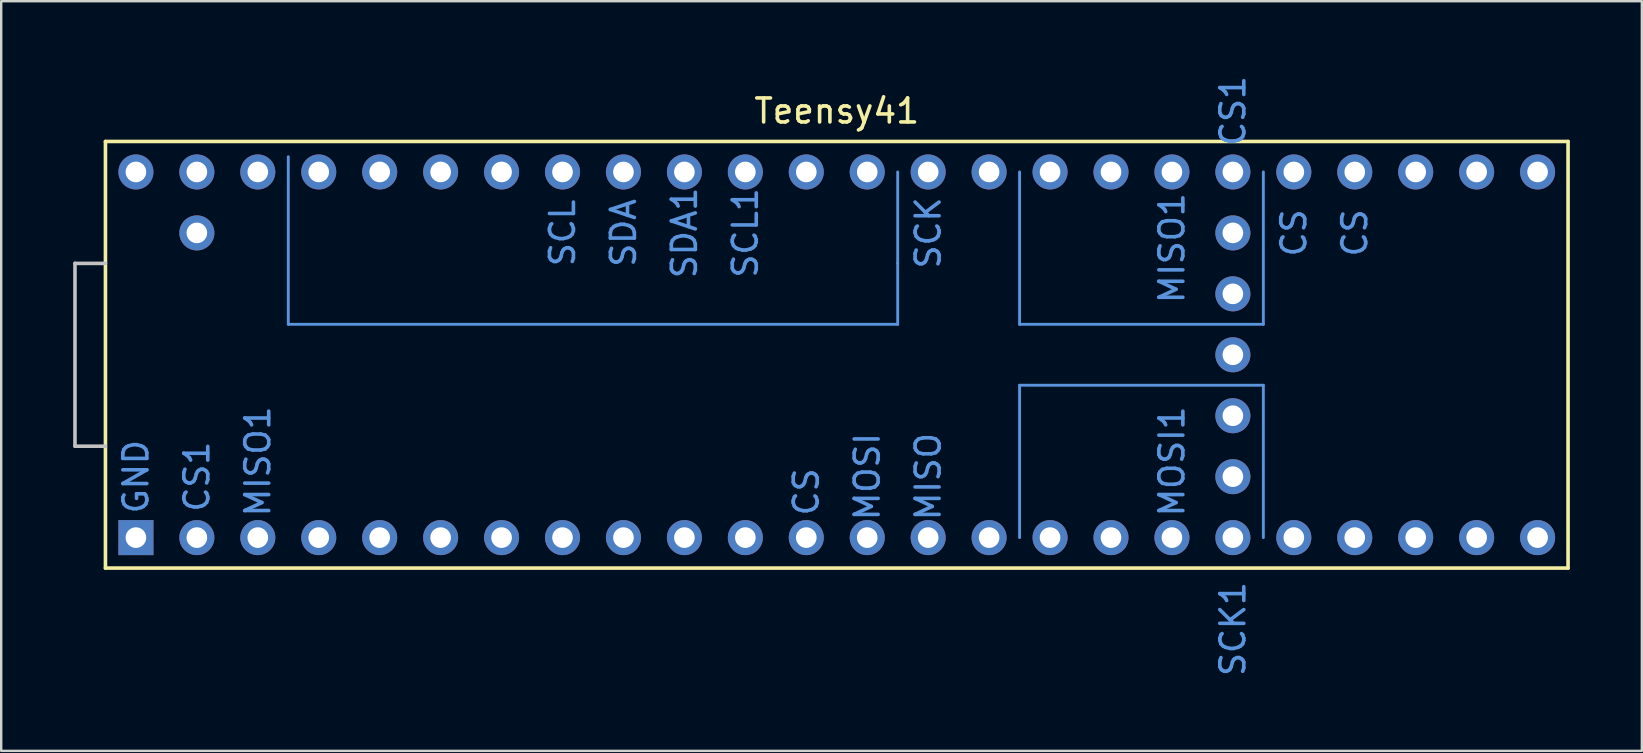
<source format=kicad_pcb>
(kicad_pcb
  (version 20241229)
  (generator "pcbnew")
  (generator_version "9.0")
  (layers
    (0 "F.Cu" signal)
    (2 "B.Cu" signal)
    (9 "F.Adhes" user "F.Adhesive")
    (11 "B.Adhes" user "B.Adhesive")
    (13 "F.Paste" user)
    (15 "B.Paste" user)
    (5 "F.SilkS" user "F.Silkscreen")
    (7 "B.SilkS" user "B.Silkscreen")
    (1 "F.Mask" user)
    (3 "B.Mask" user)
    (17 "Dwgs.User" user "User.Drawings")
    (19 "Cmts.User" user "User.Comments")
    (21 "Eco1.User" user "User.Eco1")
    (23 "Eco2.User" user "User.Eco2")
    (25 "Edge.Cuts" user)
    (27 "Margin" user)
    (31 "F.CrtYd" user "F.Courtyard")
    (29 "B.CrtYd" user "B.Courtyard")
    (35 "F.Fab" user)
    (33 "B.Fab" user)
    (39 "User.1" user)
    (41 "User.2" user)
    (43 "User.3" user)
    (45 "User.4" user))
  (footprint "Teensy41"
    (layer "F.Cu")
    (at 31.825 11.737)
    (property "Reference" "Teensy41" (at 0 -10.16 0) (layer "F.SilkS") (effects (font (size 1 1) (thickness 0.15))))
    (attr through_hole)
    (fp_line (start -30.48 -8.89) (end 30.48 -8.89) (stroke (width 0.15) (type solid)) (layer "F.SilkS"))
    (fp_line (start -30.48 8.89) (end -30.48 -8.89) (stroke (width 0.15) (type solid)) (layer "F.SilkS"))
    (fp_line (start 30.48 -8.89) (end 30.48 8.89) (stroke (width 0.15) (type solid)) (layer "F.SilkS"))
    (fp_line (start 30.48 8.89) (end -30.48 8.89) (stroke (width 0.15) (type solid)) (layer "F.SilkS"))
    (fp_line (start -31.75 -3.81) (end -30.48 -3.81) (stroke (width 0.15) (type solid)) (layer "Dwgs.User"))
    (fp_line (start -31.75 3.81) (end -31.75 -3.81) (stroke (width 0.15) (type solid)) (layer "Dwgs.User"))
    (fp_line (start -30.48 3.81) (end -31.75 3.81) (stroke (width 0.15) (type solid)) (layer "Dwgs.User"))
    (fp_line (start -22.86 -1.27) (end -22.86 -8.255) (stroke (width 0.12) (type solid)) (layer "Cmts.User"))
    (fp_line (start 2.54 -7.62) (end 2.54 -3.81) (stroke (width 0.12) (type solid)) (layer "Cmts.User"))
    (fp_line (start 2.54 -3.81) (end 2.54 -1.27) (stroke (width 0.12) (type solid)) (layer "Cmts.User"))
    (fp_line (start 2.54 -1.27) (end -22.86 -1.27) (stroke (width 0.12) (type solid)) (layer "Cmts.User"))
    (fp_line (start 7.62 -7.62) (end 7.62 -1.27) (stroke (width 0.12) (type solid)) (layer "Cmts.User"))
    (fp_line (start 7.62 -1.27) (end 17.78 -1.27) (stroke (width 0.12) (type solid)) (layer "Cmts.User"))
    (fp_line (start 7.62 1.27) (end 17.78 1.27) (stroke (width 0.12) (type solid)) (layer "Cmts.User"))
    (fp_line (start 7.62 7.62) (end 7.62 1.27) (stroke (width 0.12) (type solid)) (layer "Cmts.User"))
    (fp_line (start 17.78 -1.27) (end 17.78 -7.62) (stroke (width 0.12) (type solid)) (layer "Cmts.User"))
    (fp_line (start 17.78 1.27) (end 17.78 7.62) (stroke (width 0.12) (type solid)) (layer "Cmts.User"))
    (fp_text user "CS1" (at 16.51 -10.16 90) (layer "Cmts.User") (effects (font (size 1 1) (thickness 0.15))))
    (fp_text user "SDA1" (at -6.35 -5.08 90) (layer "Cmts.User") (effects (font (size 1 1) (thickness 0.15))))
    (fp_text user "GND" (at -29.21 5.08 90) (layer "Cmts.User") (effects (font (size 1 1) (thickness 0.15))))
    (fp_text user "SCL" (at -11.43 -5.08 90) (layer "Cmts.User") (effects (font (size 1 1) (thickness 0.15))))
    (fp_text user "MISO1" (at -24.13 4.445 90) (layer "Cmts.User") (effects (font (size 1 1) (thickness 0.15))))
    (fp_text user "MOSI1" (at 13.97 4.445 90) (layer "Cmts.User") (effects (font (size 1 1) (thickness 0.15))))
    (fp_text user "CS1" (at -26.67 5.08 90) (layer "Cmts.User") (effects (font (size 1 1) (thickness 0.15))))
    (fp_text user "SDA" (at -8.89 -5.08 90) (layer "Cmts.User") (effects (font (size 1 1) (thickness 0.15))))
    (fp_text user "SCK" (at 3.81 -5.08 90) (layer "Cmts.User") (effects (font (size 1 1) (thickness 0.15))))
    (fp_text user "CS" (at 21.59 -5.08 90) (layer "Cmts.User") (effects (font (size 1 1) (thickness 0.15))))
    (fp_text user "SCL1" (at -3.81 -5.08 90) (layer "Cmts.User") (effects (font (size 1 1) (thickness 0.15))))
    (fp_text user "MOSI" (at 1.27 5.08 90) (layer "Cmts.User") (effects (font (size 1 1) (thickness 0.15))))
    (fp_text user "SCK1" (at 16.51 11.43 90) (layer "Cmts.User") (effects (font (size 1 1) (thickness 0.15))))
    (fp_text user "MISO" (at 3.81 5.08 90) (layer "Cmts.User") (effects (font (size 1 1) (thickness 0.15))))
    (fp_text user "MISO1" (at 13.97 -4.445 90) (layer "Cmts.User") (effects (font (size 1 1) (thickness 0.15))))
    (fp_text user "CS" (at 19.05 -5.08 90) (layer "Cmts.User") (effects (font (size 1 1) (thickness 0.15))))
    (fp_text user "CS" (at -1.27 5.715 90) (layer "Cmts.User") (effects (font (size 1 1) (thickness 0.15))))
    (pad "1" thru_hole rect (at -29.21 7.62) (size 1.46 1.46) (drill 0.86) (layers "*.Cu" "*.Mask"))
    (pad "2" thru_hole circle (at -26.67 7.62) (size 1.46 1.46) (drill 0.86) (layers "*.Cu" "*.Mask"))
    (pad "3" thru_hole circle (at -24.13 7.62) (size 1.46 1.46) (drill 0.86) (layers "*.Cu" "*.Mask"))
    (pad "4" thru_hole circle (at -21.59 7.62) (size 1.46 1.46) (drill 0.86) (layers "*.Cu" "*.Mask"))
    (pad "5" thru_hole circle (at -19.05 7.62) (size 1.46 1.46) (drill 0.86) (layers "*.Cu" "*.Mask"))
    (pad "6" thru_hole circle (at -16.51 7.62) (size 1.46 1.46) (drill 0.86) (layers "*.Cu" "*.Mask"))
    (pad "7" thru_hole circle (at -13.97 7.62) (size 1.46 1.46) (drill 0.86) (layers "*.Cu" "*.Mask"))
    (pad "8" thru_hole circle (at -11.43 7.62) (size 1.46 1.46) (drill 0.86) (layers "*.Cu" "*.Mask"))
    (pad "9" thru_hole circle (at -8.89 7.62) (size 1.46 1.46) (drill 0.86) (layers "*.Cu" "*.Mask"))
    (pad "10" thru_hole circle (at -6.35 7.62) (size 1.46 1.46) (drill 0.86) (layers "*.Cu" "*.Mask"))
    (pad "11" thru_hole circle (at -3.81 7.62) (size 1.46 1.46) (drill 0.86) (layers "*.Cu" "*.Mask"))
    (pad "12" thru_hole circle (at -1.27 7.62) (size 1.46 1.46) (drill 0.86) (layers "*.Cu" "*.Mask"))
    (pad "13" thru_hole circle (at 1.27 7.62) (size 1.46 1.46) (drill 0.86) (layers "*.Cu" "*.Mask"))
    (pad "14" thru_hole circle (at 3.81 7.62) (size 1.46 1.46) (drill 0.86) (layers "*.Cu" "*.Mask"))
    (pad "15" thru_hole circle (at 6.35 7.62) (size 1.46 1.46) (drill 0.86) (layers "*.Cu" "*.Mask"))
    (pad "16" thru_hole circle (at 8.89 7.62) (size 1.46 1.46) (drill 0.86) (layers "*.Cu" "*.Mask"))
    (pad "17" thru_hole circle (at 11.43 7.62) (size 1.46 1.46) (drill 0.86) (layers "*.Cu" "*.Mask"))
    (pad "18" thru_hole circle (at 13.97 7.62) (size 1.46 1.46) (drill 0.86) (layers "*.Cu" "*.Mask"))
    (pad "19" thru_hole circle (at 16.51 7.62) (size 1.46 1.46) (drill 0.86) (layers "*.Cu" "*.Mask"))
    (pad "20" thru_hole circle (at 19.05 7.62) (size 1.46 1.46) (drill 0.86) (layers "*.Cu" "*.Mask"))
    (pad "21" thru_hole circle (at 21.59 7.62) (size 1.46 1.46) (drill 0.86) (layers "*.Cu" "*.Mask"))
    (pad "22" thru_hole circle (at 24.13 7.62) (size 1.46 1.46) (drill 0.86) (layers "*.Cu" "*.Mask"))
    (pad "23" thru_hole circle (at 26.67 7.62) (size 1.46 1.46) (drill 0.86) (layers "*.Cu" "*.Mask"))
    (pad "24" thru_hole circle (at 29.21 7.62) (size 1.46 1.46) (drill 0.86) (layers "*.Cu" "*.Mask"))
    (pad "25" thru_hole circle (at 29.21 -7.62) (size 1.46 1.46) (drill 0.86) (layers "*.Cu" "*.Mask"))
    (pad "26" thru_hole circle (at 26.67 -7.62) (size 1.46 1.46) (drill 0.86) (layers "*.Cu" "*.Mask"))
    (pad "27" thru_hole circle (at 24.13 -7.62) (size 1.46 1.46) (drill 0.86) (layers "*.Cu" "*.Mask"))
    (pad "28" thru_hole circle (at 21.59 -7.62) (size 1.46 1.46) (drill 0.86) (layers "*.Cu" "*.Mask"))
    (pad "29" thru_hole circle (at 19.05 -7.62) (size 1.46 1.46) (drill 0.86) (layers "*.Cu" "*.Mask"))
    (pad "30" thru_hole circle (at 16.51 -7.62) (size 1.46 1.46) (drill 0.86) (layers "*.Cu" "*.Mask"))
    (pad "31" thru_hole circle (at 13.97 -7.62) (size 1.46 1.46) (drill 0.86) (layers "*.Cu" "*.Mask"))
    (pad "32" thru_hole circle (at 11.43 -7.62) (size 1.46 1.46) (drill 0.86) (layers "*.Cu" "*.Mask"))
    (pad "33" thru_hole circle (at 8.89 -7.62) (size 1.46 1.46) (drill 0.86) (layers "*.Cu" "*.Mask"))
    (pad "34" thru_hole circle (at 6.35 -7.62) (size 1.46 1.46) (drill 0.86) (layers "*.Cu" "*.Mask"))
    (pad "35" thru_hole circle (at 3.81 -7.62) (size 1.46 1.46) (drill 0.86) (layers "*.Cu" "*.Mask"))
    (pad "36" thru_hole circle (at 1.27 -7.62) (size 1.46 1.46) (drill 0.86) (layers "*.Cu" "*.Mask"))
    (pad "37" thru_hole circle (at -1.27 -7.62) (size 1.46 1.46) (drill 0.86) (layers "*.Cu" "*.Mask"))
    (pad "38" thru_hole circle (at -3.81 -7.62) (size 1.46 1.46) (drill 0.86) (layers "*.Cu" "*.Mask"))
    (pad "39" thru_hole circle (at -6.35 -7.62) (size 1.46 1.46) (drill 0.86) (layers "*.Cu" "*.Mask"))
    (pad "40" thru_hole circle (at -8.89 -7.62) (size 1.46 1.46) (drill 0.86) (layers "*.Cu" "*.Mask"))
    (pad "41" thru_hole circle (at -11.43 -7.62) (size 1.46 1.46) (drill 0.86) (layers "*.Cu" "*.Mask"))
    (pad "42" thru_hole circle (at -13.97 -7.62) (size 1.46 1.46) (drill 0.86) (layers "*.Cu" "*.Mask"))
    (pad "43" thru_hole circle (at -16.51 -7.62) (size 1.46 1.46) (drill 0.86) (layers "*.Cu" "*.Mask"))
    (pad "44" thru_hole circle (at -19.05 -7.62) (size 1.46 1.46) (drill 0.86) (layers "*.Cu" "*.Mask"))
    (pad "45" thru_hole circle (at -21.59 -7.62) (size 1.46 1.46) (drill 0.86) (layers "*.Cu" "*.Mask"))
    (pad "46" thru_hole circle (at -24.13 -7.62) (size 1.46 1.46) (drill 0.86) (layers "*.Cu" "*.Mask"))
    (pad "47" thru_hole circle (at -26.67 -7.62) (size 1.46 1.46) (drill 0.86) (layers "*.Cu" "*.Mask"))
    (pad "48" thru_hole circle (at -29.21 -7.62) (size 1.46 1.46) (drill 0.86) (layers "*.Cu" "*.Mask"))
    (pad "49" thru_hole circle (at -26.67 -5.08) (size 1.46 1.46) (drill 0.86) (layers "*.Cu" "*.Mask"))
    (pad "50" thru_hole circle (at 16.51 5.08) (size 1.46 1.46) (drill 0.86) (layers "*.Cu" "*.Mask"))
    (pad "51" thru_hole circle (at 16.51 2.54) (size 1.46 1.46) (drill 0.86) (layers "*.Cu" "*.Mask"))
    (pad "52" thru_hole circle (at 16.51 0) (size 1.46 1.46) (drill 0.86) (layers "*.Cu" "*.Mask"))
    (pad "53" thru_hole circle (at 16.51 -2.54) (size 1.46 1.46) (drill 0.86) (layers "*.Cu" "*.Mask"))
    (pad "54" thru_hole circle (at 16.51 -5.08) (size 1.46 1.46) (drill 0.86) (layers "*.Cu" "*.Mask")))
  (gr_rect
    (start -3 -3)
    (end 65.38 28.245)
    (stroke (width 0.1) (type default))
    (fill no)
    (layer "Edge.Cuts")))
</source>
